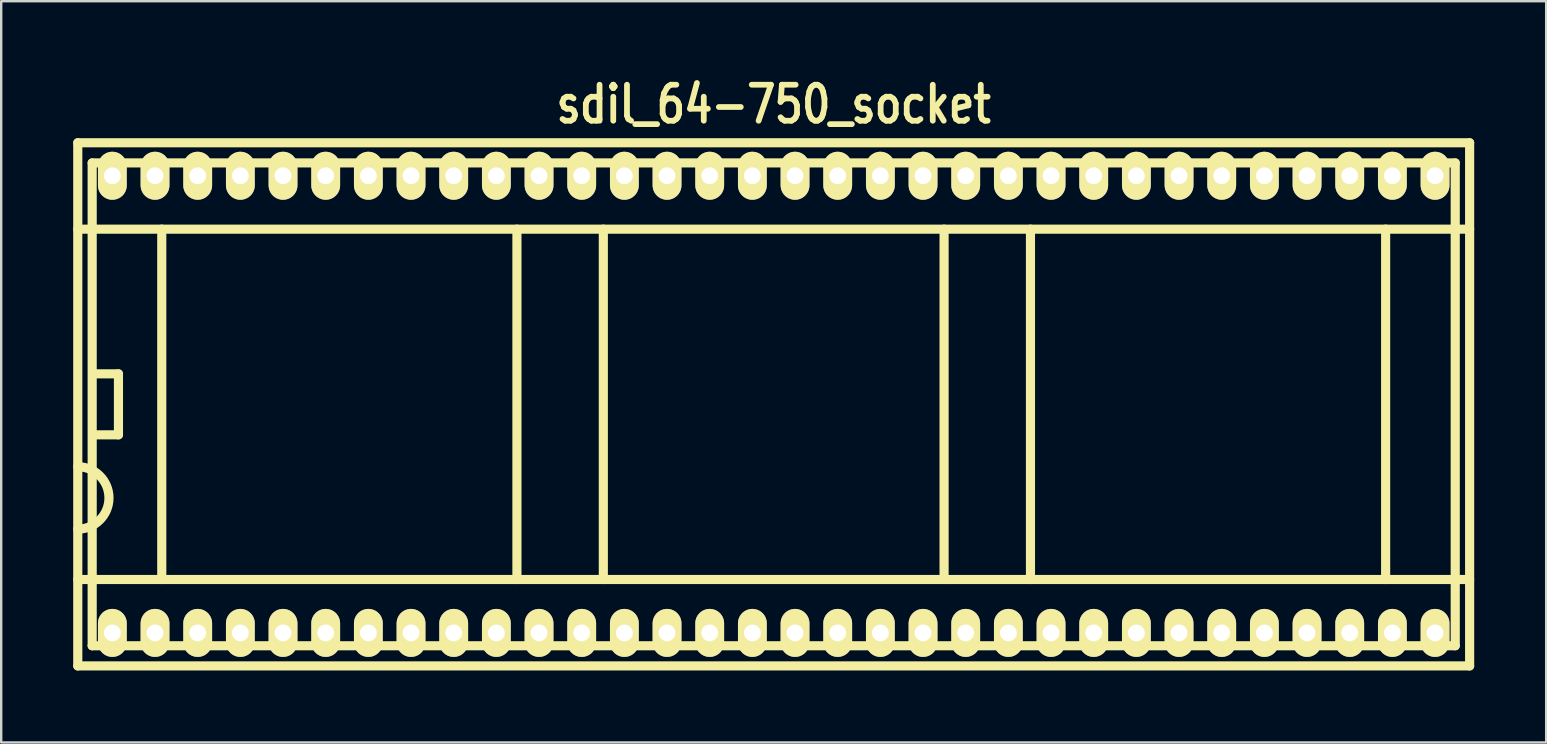
<source format=kicad_pcb>
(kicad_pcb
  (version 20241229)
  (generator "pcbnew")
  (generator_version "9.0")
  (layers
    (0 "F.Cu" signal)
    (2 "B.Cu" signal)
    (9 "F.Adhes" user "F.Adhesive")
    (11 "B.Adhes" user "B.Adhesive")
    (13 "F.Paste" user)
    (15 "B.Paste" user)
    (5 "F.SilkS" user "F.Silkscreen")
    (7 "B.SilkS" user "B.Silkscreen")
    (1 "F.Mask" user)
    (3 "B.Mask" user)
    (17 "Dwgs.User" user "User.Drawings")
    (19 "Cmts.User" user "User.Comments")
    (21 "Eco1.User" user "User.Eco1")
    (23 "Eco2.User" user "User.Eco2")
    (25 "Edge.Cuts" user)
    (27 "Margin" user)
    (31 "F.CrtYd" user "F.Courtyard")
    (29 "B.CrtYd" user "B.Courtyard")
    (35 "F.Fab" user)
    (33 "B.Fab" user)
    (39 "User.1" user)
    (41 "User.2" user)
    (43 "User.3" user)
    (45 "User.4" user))
  (footprint "sdil_64-750_socket"
    (layer "F.Cu")
    (at 29.191 13.799)
    (property "Reference" "sdil_64-750_socket" (at 0 -12.5 0) (layer "F.SilkS") (effects (font (size 1.5 1.2) (thickness 0.24))))
    (attr through_hole)
    (fp_line (start -29 -10.9) (end -29 10.9) (stroke (width 0.381) (type solid)) (layer "F.SilkS"))
    (fp_line (start -29 7.3) (end 29 7.3) (stroke (width 0.381) (type solid)) (layer "F.SilkS"))
    (fp_line (start -29 10.9) (end 29 10.9) (stroke (width 0.381) (type solid)) (layer "F.SilkS"))
    (fp_line (start -28.4 -10.06) (end -28.4 10.06) (stroke (width 0.381) (type solid)) (layer "F.SilkS"))
    (fp_line (start -27.305 -1.27) (end -28.321 -1.27) (stroke (width 0.381) (type solid)) (layer "F.SilkS"))
    (fp_line (start -27.305 -1.27) (end -27.305 1.27) (stroke (width 0.381) (type solid)) (layer "F.SilkS"))
    (fp_line (start -27.305 1.27) (end -28.321 1.27) (stroke (width 0.381) (type solid)) (layer "F.SilkS"))
    (fp_line (start -25.5 -7.3) (end -25.5 7.3) (stroke (width 0.381) (type solid)) (layer "F.SilkS"))
    (fp_line (start -10.7 7.3) (end -10.7 -7.3) (stroke (width 0.381) (type solid)) (layer "F.SilkS"))
    (fp_line (start -7.1 7.3) (end -7.1 -7.3) (stroke (width 0.381) (type solid)) (layer "F.SilkS"))
    (fp_line (start 7.1 -7.3) (end 7.1 7.3) (stroke (width 0.381) (type solid)) (layer "F.SilkS"))
    (fp_line (start 10.7 -7.3) (end 10.7 7.3) (stroke (width 0.381) (type solid)) (layer "F.SilkS"))
    (fp_line (start 25.5 7.3) (end 25.5 -7.3) (stroke (width 0.381) (type solid)) (layer "F.SilkS"))
    (fp_line (start 28.4 -10.06) (end -28.4 -10.06) (stroke (width 0.381) (type solid)) (layer "F.SilkS"))
    (fp_line (start 28.4 10.06) (end -28.4 10.06) (stroke (width 0.381) (type solid)) (layer "F.SilkS"))
    (fp_line (start 28.4 10.06) (end 28.4 -10.06) (stroke (width 0.381) (type solid)) (layer "F.SilkS"))
    (fp_line (start 29 -10.9) (end -29 -10.9) (stroke (width 0.381) (type solid)) (layer "F.SilkS"))
    (fp_line (start 29 -10.9) (end 29 10.9) (stroke (width 0.381) (type solid)) (layer "F.SilkS"))
    (fp_line (start 29 -7.3) (end -29 -7.3) (stroke (width 0.381) (type solid)) (layer "F.SilkS"))
    (fp_arc (start -29 2.6) (mid -27.7 3.9) (end -29 5.2) (stroke (width 0.381) (type solid)) (layer "F.SilkS"))
    (pad "1" thru_hole oval (at -27.559 9.525) (size 1.2 2) (drill 0.7) (layers "*.Cu" "*.Mask" "F.SilkS"))
    (pad "2" thru_hole oval (at -25.781 9.525) (size 1.2 2) (drill 0.7) (layers "*.Cu" "*.Mask" "F.SilkS"))
    (pad "3" thru_hole oval (at -24.003 9.525) (size 1.2 2) (drill 0.7) (layers "*.Cu" "*.Mask" "F.SilkS"))
    (pad "4" thru_hole oval (at -22.225 9.525) (size 1.2 2) (drill 0.7) (layers "*.Cu" "*.Mask" "F.SilkS"))
    (pad "5" thru_hole oval (at -20.447 9.525) (size 1.2 2) (drill 0.7) (layers "*.Cu" "*.Mask" "F.SilkS"))
    (pad "6" thru_hole oval (at -18.669 9.525) (size 1.2 2) (drill 0.7) (layers "*.Cu" "*.Mask" "F.SilkS"))
    (pad "7" thru_hole oval (at -16.891 9.525) (size 1.2 2) (drill 0.7) (layers "*.Cu" "*.Mask" "F.SilkS"))
    (pad "8" thru_hole oval (at -15.113 9.525) (size 1.2 2) (drill 0.7) (layers "*.Cu" "*.Mask" "F.SilkS"))
    (pad "9" thru_hole oval (at -13.335 9.525) (size 1.2 2) (drill 0.7) (layers "*.Cu" "*.Mask" "F.SilkS"))
    (pad "10" thru_hole oval (at -11.557 9.525) (size 1.2 2) (drill 0.7) (layers "*.Cu" "*.Mask" "F.SilkS"))
    (pad "11" thru_hole oval (at -9.779 9.525) (size 1.2 2) (drill 0.7) (layers "*.Cu" "*.Mask" "F.SilkS"))
    (pad "12" thru_hole oval (at -8.001 9.525) (size 1.2 2) (drill 0.7) (layers "*.Cu" "*.Mask" "F.SilkS"))
    (pad "13" thru_hole oval (at -6.223 9.525) (size 1.2 2) (drill 0.7) (layers "*.Cu" "*.Mask" "F.SilkS"))
    (pad "14" thru_hole oval (at -4.445 9.525) (size 1.2 2) (drill 0.7) (layers "*.Cu" "*.Mask" "F.SilkS"))
    (pad "15" thru_hole oval (at -2.667 9.525) (size 1.2 2) (drill 0.7) (layers "*.Cu" "*.Mask" "F.SilkS"))
    (pad "16" thru_hole oval (at -0.889 9.525) (size 1.2 2) (drill 0.7) (layers "*.Cu" "*.Mask" "F.SilkS"))
    (pad "17" thru_hole oval (at 0.889 9.525) (size 1.2 2) (drill 0.7) (layers "*.Cu" "*.Mask" "F.SilkS"))
    (pad "18" thru_hole oval (at 2.667 9.525) (size 1.2 2) (drill 0.7) (layers "*.Cu" "*.Mask" "F.SilkS"))
    (pad "19" thru_hole oval (at 4.445 9.525) (size 1.2 2) (drill 0.7) (layers "*.Cu" "*.Mask" "F.SilkS"))
    (pad "20" thru_hole oval (at 6.223 9.525) (size 1.2 2) (drill 0.7) (layers "*.Cu" "*.Mask" "F.SilkS"))
    (pad "21" thru_hole oval (at 8.001 9.525) (size 1.2 2) (drill 0.7) (layers "*.Cu" "*.Mask" "F.SilkS"))
    (pad "22" thru_hole oval (at 9.779 9.525) (size 1.2 2) (drill 0.7) (layers "*.Cu" "*.Mask" "F.SilkS"))
    (pad "23" thru_hole oval (at 11.557 9.525) (size 1.2 2) (drill 0.7) (layers "*.Cu" "*.Mask" "F.SilkS"))
    (pad "24" thru_hole oval (at 13.335 9.525) (size 1.2 2) (drill 0.7) (layers "*.Cu" "*.Mask" "F.SilkS"))
    (pad "25" thru_hole oval (at 15.113 9.525) (size 1.2 2) (drill 0.7) (layers "*.Cu" "*.Mask" "F.SilkS"))
    (pad "26" thru_hole oval (at 16.891 9.525) (size 1.2 2) (drill 0.7) (layers "*.Cu" "*.Mask" "F.SilkS"))
    (pad "27" thru_hole oval (at 18.669 9.525) (size 1.2 2) (drill 0.7) (layers "*.Cu" "*.Mask" "F.SilkS"))
    (pad "28" thru_hole oval (at 20.447 9.525) (size 1.2 2) (drill 0.7) (layers "*.Cu" "*.Mask" "F.SilkS"))
    (pad "29" thru_hole oval (at 22.225 9.525) (size 1.2 2) (drill 0.7) (layers "*.Cu" "*.Mask" "F.SilkS"))
    (pad "30" thru_hole oval (at 24.003 9.525) (size 1.2 2) (drill 0.7) (layers "*.Cu" "*.Mask" "F.SilkS"))
    (pad "31" thru_hole oval (at 25.781 9.525) (size 1.2 2) (drill 0.7) (layers "*.Cu" "*.Mask" "F.SilkS"))
    (pad "32" thru_hole oval (at 27.559 9.525) (size 1.2 2) (drill 0.7) (layers "*.Cu" "*.Mask" "F.SilkS"))
    (pad "33" thru_hole oval (at 27.559 -9.525) (size 1.2 2) (drill 0.7) (layers "*.Cu" "*.Mask" "F.SilkS"))
    (pad "34" thru_hole oval (at 25.781 -9.525) (size 1.2 2) (drill 0.7) (layers "*.Cu" "*.Mask" "F.SilkS"))
    (pad "35" thru_hole oval (at 24.003 -9.525) (size 1.2 2) (drill 0.7) (layers "*.Cu" "*.Mask" "F.SilkS"))
    (pad "36" thru_hole oval (at 22.225 -9.525) (size 1.2 2) (drill 0.7) (layers "*.Cu" "*.Mask" "F.SilkS"))
    (pad "37" thru_hole oval (at 20.447 -9.525) (size 1.2 2) (drill 0.7) (layers "*.Cu" "*.Mask" "F.SilkS"))
    (pad "38" thru_hole oval (at 18.669 -9.525) (size 1.2 2) (drill 0.7) (layers "*.Cu" "*.Mask" "F.SilkS"))
    (pad "39" thru_hole oval (at 16.891 -9.525) (size 1.2 2) (drill 0.7) (layers "*.Cu" "*.Mask" "F.SilkS"))
    (pad "40" thru_hole oval (at 15.113 -9.525) (size 1.2 2) (drill 0.7) (layers "*.Cu" "*.Mask" "F.SilkS"))
    (pad "41" thru_hole oval (at 13.335 -9.525) (size 1.2 2) (drill 0.7) (layers "*.Cu" "*.Mask" "F.SilkS"))
    (pad "42" thru_hole oval (at 11.557 -9.525) (size 1.2 2) (drill 0.7) (layers "*.Cu" "*.Mask" "F.SilkS"))
    (pad "43" thru_hole oval (at 9.779 -9.525) (size 1.2 2) (drill 0.7) (layers "*.Cu" "*.Mask" "F.SilkS"))
    (pad "44" thru_hole oval (at 8.001 -9.525) (size 1.2 2) (drill 0.7) (layers "*.Cu" "*.Mask" "F.SilkS"))
    (pad "45" thru_hole oval (at 6.223 -9.525) (size 1.2 2) (drill 0.7) (layers "*.Cu" "*.Mask" "F.SilkS"))
    (pad "46" thru_hole oval (at 4.445 -9.525) (size 1.2 2) (drill 0.7) (layers "*.Cu" "*.Mask" "F.SilkS"))
    (pad "47" thru_hole oval (at 2.667 -9.525) (size 1.2 2) (drill 0.7) (layers "*.Cu" "*.Mask" "F.SilkS"))
    (pad "48" thru_hole oval (at 0.889 -9.525) (size 1.2 2) (drill 0.7) (layers "*.Cu" "*.Mask" "F.SilkS"))
    (pad "49" thru_hole oval (at -0.889 -9.525) (size 1.2 2) (drill 0.7) (layers "*.Cu" "*.Mask" "F.SilkS"))
    (pad "50" thru_hole oval (at -2.667 -9.525) (size 1.2 2) (drill 0.7) (layers "*.Cu" "*.Mask" "F.SilkS"))
    (pad "51" thru_hole oval (at -4.445 -9.525) (size 1.2 2) (drill 0.7) (layers "*.Cu" "*.Mask" "F.SilkS"))
    (pad "52" thru_hole oval (at -6.223 -9.525) (size 1.2 2) (drill 0.7) (layers "*.Cu" "*.Mask" "F.SilkS"))
    (pad "53" thru_hole oval (at -8.001 -9.525) (size 1.2 2) (drill 0.7) (layers "*.Cu" "*.Mask" "F.SilkS"))
    (pad "54" thru_hole oval (at -9.779 -9.525) (size 1.2 2) (drill 0.7) (layers "*.Cu" "*.Mask" "F.SilkS"))
    (pad "55" thru_hole oval (at -11.557 -9.525) (size 1.2 2) (drill 0.7) (layers "*.Cu" "*.Mask" "F.SilkS"))
    (pad "56" thru_hole oval (at -13.335 -9.525) (size 1.2 2) (drill 0.7) (layers "*.Cu" "*.Mask" "F.SilkS"))
    (pad "57" thru_hole oval (at -15.113 -9.525) (size 1.2 2) (drill 0.7) (layers "*.Cu" "*.Mask" "F.SilkS"))
    (pad "58" thru_hole oval (at -16.891 -9.525) (size 1.2 2) (drill 0.7) (layers "*.Cu" "*.Mask" "F.SilkS"))
    (pad "59" thru_hole oval (at -18.669 -9.525) (size 1.2 2) (drill 0.7) (layers "*.Cu" "*.Mask" "F.SilkS"))
    (pad "60" thru_hole oval (at -20.447 -9.525) (size 1.2 2) (drill 0.7) (layers "*.Cu" "*.Mask" "F.SilkS"))
    (pad "61" thru_hole oval (at -22.225 -9.525) (size 1.2 2) (drill 0.7) (layers "*.Cu" "*.Mask" "F.SilkS"))
    (pad "62" thru_hole oval (at -24.003 -9.525) (size 1.2 2) (drill 0.7) (layers "*.Cu" "*.Mask" "F.SilkS"))
    (pad "63" thru_hole oval (at -25.781 -9.525) (size 1.2 2) (drill 0.7) (layers "*.Cu" "*.Mask" "F.SilkS"))
    (pad "64" thru_hole oval (at -27.559 -9.525) (size 1.2 2) (drill 0.7) (layers "*.Cu" "*.Mask" "F.SilkS")))
  (gr_rect
    (start -3 -3)
    (end 61.381 27.889)
    (stroke (width 0.1) (type default))
    (fill no)
    (layer "Edge.Cuts")))
</source>
